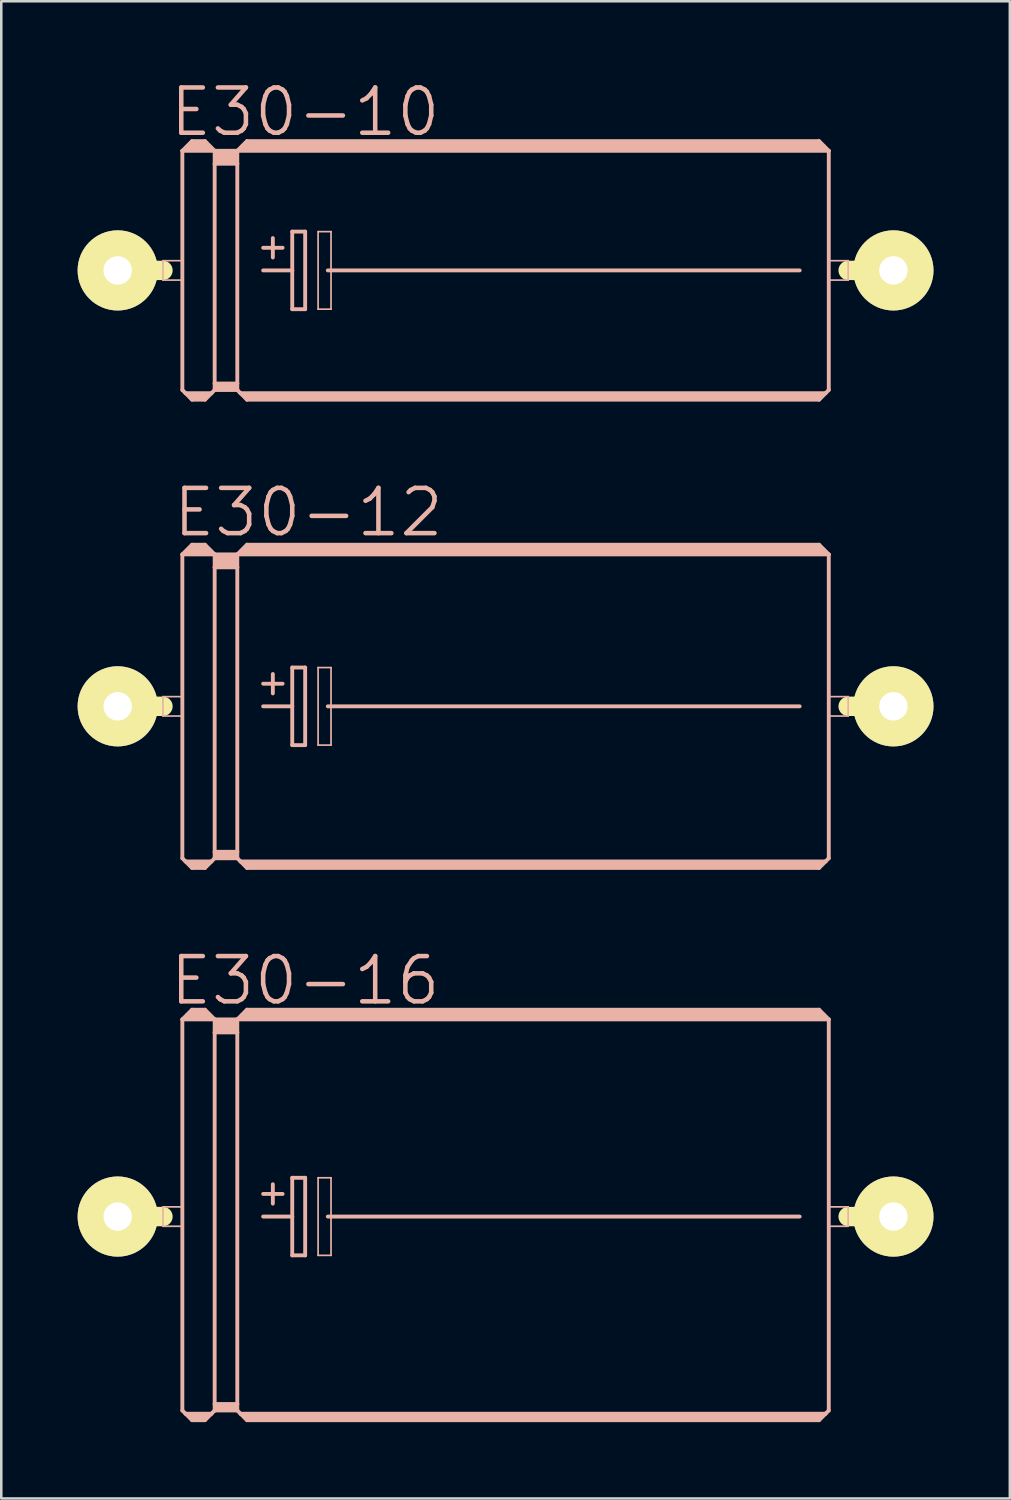
<source format=kicad_pcb>
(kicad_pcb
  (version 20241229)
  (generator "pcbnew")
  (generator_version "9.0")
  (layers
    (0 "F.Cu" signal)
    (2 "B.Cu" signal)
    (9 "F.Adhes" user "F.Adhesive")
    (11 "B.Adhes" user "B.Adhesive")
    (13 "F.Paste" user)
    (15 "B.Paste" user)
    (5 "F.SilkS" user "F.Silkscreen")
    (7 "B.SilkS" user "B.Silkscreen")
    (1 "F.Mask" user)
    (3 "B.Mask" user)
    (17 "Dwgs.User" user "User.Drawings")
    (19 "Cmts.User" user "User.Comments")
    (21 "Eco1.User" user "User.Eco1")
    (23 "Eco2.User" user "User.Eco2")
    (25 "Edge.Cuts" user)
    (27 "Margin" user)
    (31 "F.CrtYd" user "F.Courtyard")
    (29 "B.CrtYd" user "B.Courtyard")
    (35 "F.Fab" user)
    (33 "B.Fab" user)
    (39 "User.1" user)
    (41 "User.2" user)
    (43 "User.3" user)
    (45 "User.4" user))
  (footprint "E30-16"
    (layer "F.Cu")
    (at 16.815 44.753)
    (property "Reference" "E30-16" (at -7.874 -9.271 0) (layer "B.SilkS") (effects (font (size 1.778 1.778) (thickness 0.178))))
    (attr exclude_from_pos_files exclude_from_bom)
    (fp_line (start -15.24 0) (end -13.462 0) (stroke (width 0.762) (type solid)) (layer "F.SilkS"))
    (fp_line (start 15.24 0) (end 13.462 0) (stroke (width 0.762) (type solid)) (layer "F.SilkS"))
    (fp_line (start -13.462 -0.381) (end -12.7 -0.381) (stroke (width 0.066) (type solid)) (layer "B.SilkS"))
    (fp_line (start -13.462 0.381) (end -13.462 -0.381) (stroke (width 0.066) (type solid)) (layer "B.SilkS"))
    (fp_line (start -13.462 0.381) (end -12.7 0.381) (stroke (width 0.066) (type solid)) (layer "B.SilkS"))
    (fp_line (start -12.7 -7.747) (end -12.7 7.62) (stroke (width 0.152) (type solid)) (layer "B.SilkS"))
    (fp_line (start -12.7 -7.747) (end -12.319 -8.128) (stroke (width 0.152) (type solid)) (layer "B.SilkS"))
    (fp_line (start -12.7 -7.747) (end -11.43 -7.747) (stroke (width 0.152) (type solid)) (layer "B.SilkS"))
    (fp_line (start -12.7 0.381) (end -12.7 -0.381) (stroke (width 0.066) (type solid)) (layer "B.SilkS"))
    (fp_line (start -12.7 7.62) (end -12.573 7.747) (stroke (width 0.152) (type solid)) (layer "B.SilkS"))
    (fp_line (start -12.573 7.747) (end -12.319 8.001) (stroke (width 0.152) (type solid)) (layer "B.SilkS"))
    (fp_line (start -12.573 7.747) (end -11.557 7.747) (stroke (width 0.152) (type solid)) (layer "B.SilkS"))
    (fp_line (start -12.446 -7.874) (end -11.684 -7.874) (stroke (width 0.305) (type solid)) (layer "B.SilkS"))
    (fp_line (start -12.319 -8.128) (end -11.811 -8.128) (stroke (width 0.152) (type solid)) (layer "B.SilkS"))
    (fp_line (start -12.319 -8.001) (end -11.811 -8.001) (stroke (width 0.305) (type solid)) (layer "B.SilkS"))
    (fp_line (start -12.319 7.874) (end -11.811 7.874) (stroke (width 0.305) (type solid)) (layer "B.SilkS"))
    (fp_line (start -12.319 8.001) (end -11.811 8.001) (stroke (width 0.152) (type solid)) (layer "B.SilkS"))
    (fp_line (start -11.557 7.747) (end -11.811 8.001) (stroke (width 0.152) (type solid)) (layer "B.SilkS"))
    (fp_line (start -11.43 -7.747) (end -11.811 -8.128) (stroke (width 0.152) (type solid)) (layer "B.SilkS"))
    (fp_line (start -11.43 -7.747) (end -11.43 -7.236) (stroke (width 0.152) (type solid)) (layer "B.SilkS"))
    (fp_line (start -11.43 -7.747) (end -10.541 -7.747) (stroke (width 0.152) (type solid)) (layer "B.SilkS"))
    (fp_line (start -11.43 -7.236) (end -11.43 7.366) (stroke (width 0.152) (type solid)) (layer "B.SilkS"))
    (fp_line (start -11.43 -7.236) (end -10.541 -7.236) (stroke (width 0.152) (type solid)) (layer "B.SilkS"))
    (fp_line (start -11.43 7.366) (end -11.43 7.62) (stroke (width 0.152) (type solid)) (layer "B.SilkS"))
    (fp_line (start -11.43 7.366) (end -10.541 7.366) (stroke (width 0.152) (type solid)) (layer "B.SilkS"))
    (fp_line (start -11.43 7.62) (end -11.557 7.747) (stroke (width 0.152) (type solid)) (layer "B.SilkS"))
    (fp_line (start -11.43 7.62) (end -10.541 7.62) (stroke (width 0.152) (type solid)) (layer "B.SilkS"))
    (fp_line (start -11.303 -7.62) (end -10.668 -7.62) (stroke (width 0.305) (type solid)) (layer "B.SilkS"))
    (fp_line (start -11.303 -7.366) (end -10.668 -7.366) (stroke (width 0.305) (type solid)) (layer "B.SilkS"))
    (fp_line (start -11.303 7.493) (end -10.668 7.493) (stroke (width 0.305) (type solid)) (layer "B.SilkS"))
    (fp_line (start -10.541 -7.747) (end -10.541 -7.236) (stroke (width 0.152) (type solid)) (layer "B.SilkS"))
    (fp_line (start -10.541 -7.747) (end -10.16 -8.128) (stroke (width 0.152) (type solid)) (layer "B.SilkS"))
    (fp_line (start -10.541 -7.747) (end 12.7 -7.747) (stroke (width 0.152) (type solid)) (layer "B.SilkS"))
    (fp_line (start -10.541 -7.236) (end -10.541 7.366) (stroke (width 0.152) (type solid)) (layer "B.SilkS"))
    (fp_line (start -10.541 7.366) (end -10.541 7.62) (stroke (width 0.152) (type solid)) (layer "B.SilkS"))
    (fp_line (start -10.414 7.747) (end -10.541 7.62) (stroke (width 0.152) (type solid)) (layer "B.SilkS"))
    (fp_line (start -10.414 7.747) (end 12.573 7.747) (stroke (width 0.152) (type solid)) (layer "B.SilkS"))
    (fp_line (start -10.287 -7.874) (end 12.446 -7.874) (stroke (width 0.305) (type solid)) (layer "B.SilkS"))
    (fp_line (start -10.16 -8.001) (end 12.319 -8.001) (stroke (width 0.305) (type solid)) (layer "B.SilkS"))
    (fp_line (start -10.16 7.874) (end 12.319 7.874) (stroke (width 0.305) (type solid)) (layer "B.SilkS"))
    (fp_line (start -10.16 8.001) (end -10.414 7.747) (stroke (width 0.152) (type solid)) (layer "B.SilkS"))
    (fp_line (start -9.525 -0.889) (end -8.76 -0.889) (stroke (width 0.152) (type solid)) (layer "B.SilkS"))
    (fp_line (start -9.525 0) (end -8.382 0) (stroke (width 0.152) (type solid)) (layer "B.SilkS"))
    (fp_line (start -9.144 -1.27) (end -9.144 -0.508) (stroke (width 0.152) (type solid)) (layer "B.SilkS"))
    (fp_line (start -8.382 -1.524) (end -8.382 0) (stroke (width 0.152) (type solid)) (layer "B.SilkS"))
    (fp_line (start -8.382 0) (end -8.382 1.524) (stroke (width 0.152) (type solid)) (layer "B.SilkS"))
    (fp_line (start -8.382 1.524) (end -7.874 1.524) (stroke (width 0.152) (type solid)) (layer "B.SilkS"))
    (fp_line (start -7.874 -1.524) (end -8.382 -1.524) (stroke (width 0.152) (type solid)) (layer "B.SilkS"))
    (fp_line (start -7.874 1.524) (end -7.874 -1.524) (stroke (width 0.152) (type solid)) (layer "B.SilkS"))
    (fp_line (start -7.366 -1.524) (end -6.858 -1.524) (stroke (width 0.066) (type solid)) (layer "B.SilkS"))
    (fp_line (start -7.366 1.524) (end -7.366 -1.524) (stroke (width 0.066) (type solid)) (layer "B.SilkS"))
    (fp_line (start -7.366 1.524) (end -6.858 1.524) (stroke (width 0.066) (type solid)) (layer "B.SilkS"))
    (fp_line (start -6.985 0) (end 11.557 0) (stroke (width 0.152) (type solid)) (layer "B.SilkS"))
    (fp_line (start -6.858 1.524) (end -6.858 -1.524) (stroke (width 0.066) (type solid)) (layer "B.SilkS"))
    (fp_line (start 12.319 -8.128) (end -10.16 -8.128) (stroke (width 0.152) (type solid)) (layer "B.SilkS"))
    (fp_line (start 12.319 8.001) (end -10.16 8.001) (stroke (width 0.152) (type solid)) (layer "B.SilkS"))
    (fp_line (start 12.573 7.747) (end 12.319 8.001) (stroke (width 0.152) (type solid)) (layer "B.SilkS"))
    (fp_line (start 12.7 -7.747) (end 12.319 -8.128) (stroke (width 0.152) (type solid)) (layer "B.SilkS"))
    (fp_line (start 12.7 -7.747) (end 12.7 7.62) (stroke (width 0.152) (type solid)) (layer "B.SilkS"))
    (fp_line (start 12.7 -0.381) (end 13.462 -0.381) (stroke (width 0.066) (type solid)) (layer "B.SilkS"))
    (fp_line (start 12.7 0.381) (end 12.7 -0.381) (stroke (width 0.066) (type solid)) (layer "B.SilkS"))
    (fp_line (start 12.7 0.381) (end 13.462 0.381) (stroke (width 0.066) (type solid)) (layer "B.SilkS"))
    (fp_line (start 12.7 7.62) (end 12.573 7.747) (stroke (width 0.152) (type solid)) (layer "B.SilkS"))
    (fp_line (start 13.462 0.381) (end 13.462 -0.381) (stroke (width 0.066) (type solid)) (layer "B.SilkS"))
    (pad "+" thru_hole circle (at -15.24 0) (size 3.15 3.15) (drill 1.118) (layers "*.Cu" "F.Mask" "F.SilkS" "F.Paste"))
    (pad "-" thru_hole circle (at 15.24 0) (size 3.15 3.15) (drill 1.118) (layers "*.Cu" "F.Mask" "F.SilkS" "F.Paste")))
  (footprint "E30-10"
    (layer "F.Cu")
    (at 16.815 7.575)
    (property "Reference" "E30-10" (at -7.874 -6.223 0) (layer "B.SilkS") (effects (font (size 1.778 1.778) (thickness 0.178))))
    (attr exclude_from_pos_files exclude_from_bom)
    (fp_line (start -15.24 0) (end -13.462 0) (stroke (width 0.762) (type solid)) (layer "F.SilkS"))
    (fp_line (start 15.24 0) (end 13.462 0) (stroke (width 0.762) (type solid)) (layer "F.SilkS"))
    (fp_line (start -13.462 -0.381) (end -12.7 -0.381) (stroke (width 0.066) (type solid)) (layer "B.SilkS"))
    (fp_line (start -13.462 0.381) (end -13.462 -0.381) (stroke (width 0.066) (type solid)) (layer "B.SilkS"))
    (fp_line (start -13.462 0.381) (end -12.7 0.381) (stroke (width 0.066) (type solid)) (layer "B.SilkS"))
    (fp_line (start -12.7 -4.699) (end -12.7 4.699) (stroke (width 0.152) (type solid)) (layer "B.SilkS"))
    (fp_line (start -12.7 -4.699) (end -12.319 -5.08) (stroke (width 0.152) (type solid)) (layer "B.SilkS"))
    (fp_line (start -12.7 -4.699) (end -11.43 -4.699) (stroke (width 0.152) (type solid)) (layer "B.SilkS"))
    (fp_line (start -12.7 0.381) (end -12.7 -0.381) (stroke (width 0.066) (type solid)) (layer "B.SilkS"))
    (fp_line (start -12.7 4.699) (end -12.573 4.826) (stroke (width 0.152) (type solid)) (layer "B.SilkS"))
    (fp_line (start -12.573 4.826) (end -12.319 5.08) (stroke (width 0.152) (type solid)) (layer "B.SilkS"))
    (fp_line (start -12.573 4.826) (end -11.557 4.826) (stroke (width 0.152) (type solid)) (layer "B.SilkS"))
    (fp_line (start -12.446 -4.826) (end -11.684 -4.826) (stroke (width 0.305) (type solid)) (layer "B.SilkS"))
    (fp_line (start -12.319 -5.08) (end -11.811 -5.08) (stroke (width 0.152) (type solid)) (layer "B.SilkS"))
    (fp_line (start -12.319 -4.953) (end -11.811 -4.953) (stroke (width 0.305) (type solid)) (layer "B.SilkS"))
    (fp_line (start -12.319 4.953) (end -11.811 4.953) (stroke (width 0.305) (type solid)) (layer "B.SilkS"))
    (fp_line (start -12.319 5.08) (end -11.811 5.08) (stroke (width 0.152) (type solid)) (layer "B.SilkS"))
    (fp_line (start -11.557 4.826) (end -11.811 5.08) (stroke (width 0.152) (type solid)) (layer "B.SilkS"))
    (fp_line (start -11.43 -4.699) (end -11.811 -5.08) (stroke (width 0.152) (type solid)) (layer "B.SilkS"))
    (fp_line (start -11.43 -4.699) (end -11.43 -4.191) (stroke (width 0.152) (type solid)) (layer "B.SilkS"))
    (fp_line (start -11.43 -4.699) (end -10.541 -4.699) (stroke (width 0.152) (type solid)) (layer "B.SilkS"))
    (fp_line (start -11.43 -4.191) (end -11.43 4.445) (stroke (width 0.152) (type solid)) (layer "B.SilkS"))
    (fp_line (start -11.43 -4.191) (end -10.541 -4.191) (stroke (width 0.152) (type solid)) (layer "B.SilkS"))
    (fp_line (start -11.43 4.445) (end -11.43 4.699) (stroke (width 0.152) (type solid)) (layer "B.SilkS"))
    (fp_line (start -11.43 4.445) (end -10.541 4.445) (stroke (width 0.152) (type solid)) (layer "B.SilkS"))
    (fp_line (start -11.43 4.699) (end -11.557 4.826) (stroke (width 0.152) (type solid)) (layer "B.SilkS"))
    (fp_line (start -11.43 4.699) (end -10.541 4.699) (stroke (width 0.152) (type solid)) (layer "B.SilkS"))
    (fp_line (start -11.303 -4.572) (end -10.668 -4.572) (stroke (width 0.305) (type solid)) (layer "B.SilkS"))
    (fp_line (start -11.303 -4.318) (end -10.668 -4.318) (stroke (width 0.305) (type solid)) (layer "B.SilkS"))
    (fp_line (start -11.303 4.572) (end -10.668 4.572) (stroke (width 0.305) (type solid)) (layer "B.SilkS"))
    (fp_line (start -10.541 -4.699) (end -10.541 -4.191) (stroke (width 0.152) (type solid)) (layer "B.SilkS"))
    (fp_line (start -10.541 -4.699) (end -10.16 -5.08) (stroke (width 0.152) (type solid)) (layer "B.SilkS"))
    (fp_line (start -10.541 -4.699) (end 12.7 -4.699) (stroke (width 0.152) (type solid)) (layer "B.SilkS"))
    (fp_line (start -10.541 -4.191) (end -10.541 4.445) (stroke (width 0.152) (type solid)) (layer "B.SilkS"))
    (fp_line (start -10.541 4.445) (end -10.541 4.699) (stroke (width 0.152) (type solid)) (layer "B.SilkS"))
    (fp_line (start -10.414 4.826) (end -10.541 4.699) (stroke (width 0.152) (type solid)) (layer "B.SilkS"))
    (fp_line (start -10.414 4.826) (end 12.573 4.826) (stroke (width 0.152) (type solid)) (layer "B.SilkS"))
    (fp_line (start -10.287 -4.826) (end 12.446 -4.826) (stroke (width 0.305) (type solid)) (layer "B.SilkS"))
    (fp_line (start -10.16 -4.953) (end 12.319 -4.953) (stroke (width 0.305) (type solid)) (layer "B.SilkS"))
    (fp_line (start -10.16 4.953) (end 12.319 4.953) (stroke (width 0.305) (type solid)) (layer "B.SilkS"))
    (fp_line (start -10.16 5.08) (end -10.414 4.826) (stroke (width 0.152) (type solid)) (layer "B.SilkS"))
    (fp_line (start -9.525 -0.889) (end -8.76 -0.889) (stroke (width 0.152) (type solid)) (layer "B.SilkS"))
    (fp_line (start -9.525 0) (end -8.382 0) (stroke (width 0.152) (type solid)) (layer "B.SilkS"))
    (fp_line (start -9.144 -1.27) (end -9.144 -0.508) (stroke (width 0.152) (type solid)) (layer "B.SilkS"))
    (fp_line (start -8.382 -1.524) (end -8.382 0) (stroke (width 0.152) (type solid)) (layer "B.SilkS"))
    (fp_line (start -8.382 0) (end -8.382 1.524) (stroke (width 0.152) (type solid)) (layer "B.SilkS"))
    (fp_line (start -8.382 1.524) (end -7.874 1.524) (stroke (width 0.152) (type solid)) (layer "B.SilkS"))
    (fp_line (start -7.874 -1.524) (end -8.382 -1.524) (stroke (width 0.152) (type solid)) (layer "B.SilkS"))
    (fp_line (start -7.874 1.524) (end -7.874 -1.524) (stroke (width 0.152) (type solid)) (layer "B.SilkS"))
    (fp_line (start -7.366 -1.524) (end -6.858 -1.524) (stroke (width 0.066) (type solid)) (layer "B.SilkS"))
    (fp_line (start -7.366 1.524) (end -7.366 -1.524) (stroke (width 0.066) (type solid)) (layer "B.SilkS"))
    (fp_line (start -7.366 1.524) (end -6.858 1.524) (stroke (width 0.066) (type solid)) (layer "B.SilkS"))
    (fp_line (start -6.985 0) (end 11.557 0) (stroke (width 0.152) (type solid)) (layer "B.SilkS"))
    (fp_line (start -6.858 1.524) (end -6.858 -1.524) (stroke (width 0.066) (type solid)) (layer "B.SilkS"))
    (fp_line (start 12.319 -5.08) (end -10.16 -5.08) (stroke (width 0.152) (type solid)) (layer "B.SilkS"))
    (fp_line (start 12.319 5.08) (end -10.16 5.08) (stroke (width 0.152) (type solid)) (layer "B.SilkS"))
    (fp_line (start 12.573 4.826) (end 12.319 5.08) (stroke (width 0.152) (type solid)) (layer "B.SilkS"))
    (fp_line (start 12.7 -4.699) (end 12.319 -5.08) (stroke (width 0.152) (type solid)) (layer "B.SilkS"))
    (fp_line (start 12.7 -4.699) (end 12.7 4.699) (stroke (width 0.152) (type solid)) (layer "B.SilkS"))
    (fp_line (start 12.7 -0.381) (end 13.462 -0.381) (stroke (width 0.066) (type solid)) (layer "B.SilkS"))
    (fp_line (start 12.7 0.381) (end 12.7 -0.381) (stroke (width 0.066) (type solid)) (layer "B.SilkS"))
    (fp_line (start 12.7 0.381) (end 13.462 0.381) (stroke (width 0.066) (type solid)) (layer "B.SilkS"))
    (fp_line (start 12.7 4.699) (end 12.573 4.826) (stroke (width 0.152) (type solid)) (layer "B.SilkS"))
    (fp_line (start 13.462 0.381) (end 13.462 -0.381) (stroke (width 0.066) (type solid)) (layer "B.SilkS"))
    (pad "+" thru_hole circle (at -15.24 0) (size 3.15 3.15) (drill 1.118) (layers "*.Cu" "F.Mask" "F.SilkS" "F.Paste"))
    (pad "-" thru_hole circle (at 15.24 0) (size 3.15 3.15) (drill 1.118) (layers "*.Cu" "F.Mask" "F.SilkS" "F.Paste")))
  (footprint "E30-12"
    (layer "F.Cu")
    (at 16.815 24.704)
    (property "Reference" "E30-12" (at -7.747 -7.62 0) (layer "B.SilkS") (effects (font (size 1.778 1.778) (thickness 0.178))))
    (attr exclude_from_pos_files exclude_from_bom)
    (fp_line (start -15.24 0) (end -13.462 0) (stroke (width 0.762) (type solid)) (layer "F.SilkS"))
    (fp_line (start 15.24 0) (end 13.462 0) (stroke (width 0.762) (type solid)) (layer "F.SilkS"))
    (fp_line (start -13.462 -0.381) (end -12.7 -0.381) (stroke (width 0.066) (type solid)) (layer "B.SilkS"))
    (fp_line (start -13.462 0.381) (end -13.462 -0.381) (stroke (width 0.066) (type solid)) (layer "B.SilkS"))
    (fp_line (start -13.462 0.381) (end -12.7 0.381) (stroke (width 0.066) (type solid)) (layer "B.SilkS"))
    (fp_line (start -12.7 -5.969) (end -12.7 5.969) (stroke (width 0.152) (type solid)) (layer "B.SilkS"))
    (fp_line (start -12.7 -5.969) (end -12.319 -6.35) (stroke (width 0.152) (type solid)) (layer "B.SilkS"))
    (fp_line (start -12.7 -5.969) (end -11.43 -5.969) (stroke (width 0.152) (type solid)) (layer "B.SilkS"))
    (fp_line (start -12.7 0.381) (end -12.7 -0.381) (stroke (width 0.066) (type solid)) (layer "B.SilkS"))
    (fp_line (start -12.7 5.969) (end -12.573 6.096) (stroke (width 0.152) (type solid)) (layer "B.SilkS"))
    (fp_line (start -12.573 6.096) (end -12.319 6.35) (stroke (width 0.152) (type solid)) (layer "B.SilkS"))
    (fp_line (start -12.573 6.096) (end -11.557 6.096) (stroke (width 0.152) (type solid)) (layer "B.SilkS"))
    (fp_line (start -12.446 -6.096) (end -11.684 -6.096) (stroke (width 0.305) (type solid)) (layer "B.SilkS"))
    (fp_line (start -12.319 -6.35) (end -11.811 -6.35) (stroke (width 0.152) (type solid)) (layer "B.SilkS"))
    (fp_line (start -12.319 -6.223) (end -11.811 -6.223) (stroke (width 0.305) (type solid)) (layer "B.SilkS"))
    (fp_line (start -12.319 6.223) (end -11.811 6.223) (stroke (width 0.305) (type solid)) (layer "B.SilkS"))
    (fp_line (start -12.319 6.35) (end -11.811 6.35) (stroke (width 0.152) (type solid)) (layer "B.SilkS"))
    (fp_line (start -11.557 6.096) (end -11.811 6.35) (stroke (width 0.152) (type solid)) (layer "B.SilkS"))
    (fp_line (start -11.43 -5.969) (end -11.811 -6.35) (stroke (width 0.152) (type solid)) (layer "B.SilkS"))
    (fp_line (start -11.43 -5.969) (end -11.43 -5.461) (stroke (width 0.152) (type solid)) (layer "B.SilkS"))
    (fp_line (start -11.43 -5.969) (end -10.541 -5.969) (stroke (width 0.152) (type solid)) (layer "B.SilkS"))
    (fp_line (start -11.43 -5.461) (end -11.43 5.715) (stroke (width 0.152) (type solid)) (layer "B.SilkS"))
    (fp_line (start -11.43 -5.461) (end -10.541 -5.461) (stroke (width 0.152) (type solid)) (layer "B.SilkS"))
    (fp_line (start -11.43 5.715) (end -11.43 5.969) (stroke (width 0.152) (type solid)) (layer "B.SilkS"))
    (fp_line (start -11.43 5.715) (end -10.541 5.715) (stroke (width 0.152) (type solid)) (layer "B.SilkS"))
    (fp_line (start -11.43 5.969) (end -11.557 6.096) (stroke (width 0.152) (type solid)) (layer "B.SilkS"))
    (fp_line (start -11.43 5.969) (end -10.541 5.969) (stroke (width 0.152) (type solid)) (layer "B.SilkS"))
    (fp_line (start -11.303 -5.842) (end -10.668 -5.842) (stroke (width 0.305) (type solid)) (layer "B.SilkS"))
    (fp_line (start -11.303 -5.588) (end -10.668 -5.588) (stroke (width 0.305) (type solid)) (layer "B.SilkS"))
    (fp_line (start -11.303 5.842) (end -10.668 5.842) (stroke (width 0.305) (type solid)) (layer "B.SilkS"))
    (fp_line (start -10.541 -5.969) (end -10.541 -5.461) (stroke (width 0.152) (type solid)) (layer "B.SilkS"))
    (fp_line (start -10.541 -5.969) (end -10.16 -6.35) (stroke (width 0.152) (type solid)) (layer "B.SilkS"))
    (fp_line (start -10.541 -5.969) (end 12.7 -5.969) (stroke (width 0.152) (type solid)) (layer "B.SilkS"))
    (fp_line (start -10.541 -5.461) (end -10.541 5.715) (stroke (width 0.152) (type solid)) (layer "B.SilkS"))
    (fp_line (start -10.541 5.715) (end -10.541 5.969) (stroke (width 0.152) (type solid)) (layer "B.SilkS"))
    (fp_line (start -10.414 6.096) (end -10.541 5.969) (stroke (width 0.152) (type solid)) (layer "B.SilkS"))
    (fp_line (start -10.414 6.096) (end 12.573 6.096) (stroke (width 0.152) (type solid)) (layer "B.SilkS"))
    (fp_line (start -10.287 -6.096) (end 12.446 -6.096) (stroke (width 0.305) (type solid)) (layer "B.SilkS"))
    (fp_line (start -10.16 -6.223) (end 12.319 -6.223) (stroke (width 0.305) (type solid)) (layer "B.SilkS"))
    (fp_line (start -10.16 6.223) (end 12.319 6.223) (stroke (width 0.305) (type solid)) (layer "B.SilkS"))
    (fp_line (start -10.16 6.35) (end -10.414 6.096) (stroke (width 0.152) (type solid)) (layer "B.SilkS"))
    (fp_line (start -9.525 -0.889) (end -8.76 -0.889) (stroke (width 0.152) (type solid)) (layer "B.SilkS"))
    (fp_line (start -9.525 0) (end -8.382 0) (stroke (width 0.152) (type solid)) (layer "B.SilkS"))
    (fp_line (start -9.144 -1.27) (end -9.144 -0.508) (stroke (width 0.152) (type solid)) (layer "B.SilkS"))
    (fp_line (start -8.382 -1.524) (end -8.382 0) (stroke (width 0.152) (type solid)) (layer "B.SilkS"))
    (fp_line (start -8.382 0) (end -8.382 1.524) (stroke (width 0.152) (type solid)) (layer "B.SilkS"))
    (fp_line (start -8.382 1.524) (end -7.874 1.524) (stroke (width 0.152) (type solid)) (layer "B.SilkS"))
    (fp_line (start -7.874 -1.524) (end -8.382 -1.524) (stroke (width 0.152) (type solid)) (layer "B.SilkS"))
    (fp_line (start -7.874 1.524) (end -7.874 -1.524) (stroke (width 0.152) (type solid)) (layer "B.SilkS"))
    (fp_line (start -7.366 -1.524) (end -6.858 -1.524) (stroke (width 0.066) (type solid)) (layer "B.SilkS"))
    (fp_line (start -7.366 1.524) (end -7.366 -1.524) (stroke (width 0.066) (type solid)) (layer "B.SilkS"))
    (fp_line (start -7.366 1.524) (end -6.858 1.524) (stroke (width 0.066) (type solid)) (layer "B.SilkS"))
    (fp_line (start -6.985 0) (end 11.557 0) (stroke (width 0.152) (type solid)) (layer "B.SilkS"))
    (fp_line (start -6.858 1.524) (end -6.858 -1.524) (stroke (width 0.066) (type solid)) (layer "B.SilkS"))
    (fp_line (start 12.319 -6.35) (end -10.16 -6.35) (stroke (width 0.152) (type solid)) (layer "B.SilkS"))
    (fp_line (start 12.319 6.35) (end -10.16 6.35) (stroke (width 0.152) (type solid)) (layer "B.SilkS"))
    (fp_line (start 12.573 6.096) (end 12.319 6.35) (stroke (width 0.152) (type solid)) (layer "B.SilkS"))
    (fp_line (start 12.7 -5.969) (end 12.319 -6.35) (stroke (width 0.152) (type solid)) (layer "B.SilkS"))
    (fp_line (start 12.7 -5.969) (end 12.7 5.969) (stroke (width 0.152) (type solid)) (layer "B.SilkS"))
    (fp_line (start 12.7 -0.381) (end 13.462 -0.381) (stroke (width 0.066) (type solid)) (layer "B.SilkS"))
    (fp_line (start 12.7 0.381) (end 12.7 -0.381) (stroke (width 0.066) (type solid)) (layer "B.SilkS"))
    (fp_line (start 12.7 0.381) (end 13.462 0.381) (stroke (width 0.066) (type solid)) (layer "B.SilkS"))
    (fp_line (start 12.7 5.969) (end 12.573 6.096) (stroke (width 0.152) (type solid)) (layer "B.SilkS"))
    (fp_line (start 13.462 0.381) (end 13.462 -0.381) (stroke (width 0.066) (type solid)) (layer "B.SilkS"))
    (pad "+" thru_hole circle (at -15.24 0) (size 3.15 3.15) (drill 1.118) (layers "*.Cu" "F.Mask" "F.SilkS" "F.Paste"))
    (pad "-" thru_hole circle (at 15.24 0) (size 3.15 3.15) (drill 1.118) (layers "*.Cu" "F.Mask" "F.SilkS" "F.Paste")))
  (gr_rect
    (start -3 -3)
    (end 36.63 55.83)
    (stroke (width 0.1) (type default))
    (fill no)
    (layer "Edge.Cuts")))
</source>
